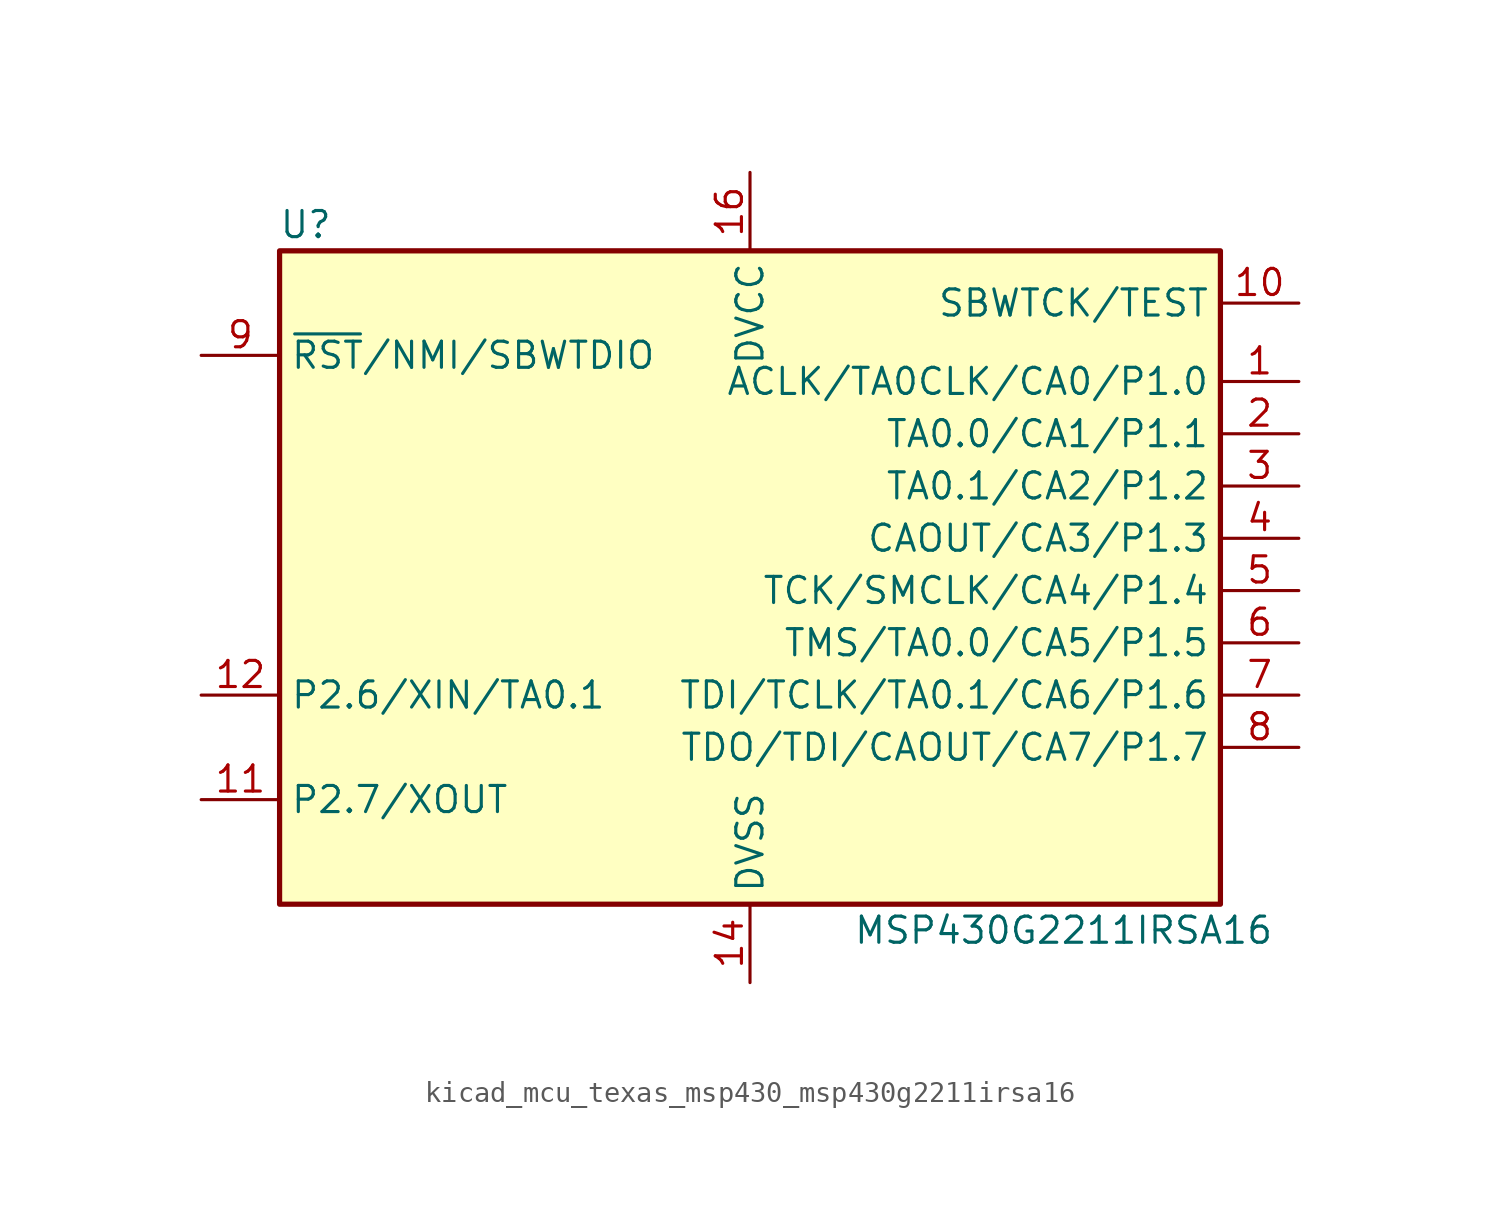
<source format=kicad_sym>
(kicad_symbol_lib
  (version 20220914)
  (generator kicad_symbol_editor)
  (symbol "kicad_mcu_texas_msp430_msp430g2211irsa16"
    (property "Reference" "U"
      (at -21.59 17.78 0)
      (effects (font (size 1.27 1.27))))
    (property "Value" "MSP430G2211IRSA16"
      (at 15.24 -16.51 0)
      (effects (font (size 1.27 1.27))))
    (symbol "kicad_mcu_texas_msp430_msp430g2211irsa16_0_1"
      (rectangle (start -22.86 16.51) (end 22.86 -15.24) (stroke (width 0.254) (type default)) (fill (type background))))
    (symbol "kicad_mcu_texas_msp430_msp430g2211irsa16_1_1"
      (pin bidirectional line (at 26.67 10.16 180) (length 3.81) (name "ACLK/TA0CLK/CA0/P1.0" (effects (font (size 1.27 1.27)))) (number "1" (effects (font (size 1.27 1.27)))))
      (pin input line (at 26.67 13.97 180) (length 3.81) (name "SBWTCK/TEST" (effects (font (size 1.27 1.27)))) (number "10" (effects (font (size 1.27 1.27)))))
      (pin bidirectional line (at -26.67 -10.16 0) (length 3.81) (name "P2.7/XOUT" (effects (font (size 1.27 1.27)))) (number "11" (effects (font (size 1.27 1.27)))))
      (pin bidirectional line (at -26.67 -5.08 0) (length 3.81) (name "P2.6/XIN/TA0.1" (effects (font (size 1.27 1.27)))) (number "12" (effects (font (size 1.27 1.27)))))
      (pin power_in line (at 0 -19.05 90) (length 3.81) (name "DVSS" (effects (font (size 1.27 1.27)))) (number "14" (effects (font (size 1.27 1.27)))))
      (pin power_in line (at 0 20.32 270) (length 3.81) (name "DVCC" (effects (font (size 1.27 1.27)))) (number "16" (effects (font (size 1.27 1.27)))))
      (pin bidirectional line (at 26.67 7.62 180) (length 3.81) (name "TA0.0/CA1/P1.1" (effects (font (size 1.27 1.27)))) (number "2" (effects (font (size 1.27 1.27)))))
      (pin bidirectional line (at 26.67 5.08 180) (length 3.81) (name "TA0.1/CA2/P1.2" (effects (font (size 1.27 1.27)))) (number "3" (effects (font (size 1.27 1.27)))))
      (pin bidirectional line (at 26.67 2.54 180) (length 3.81) (name "CAOUT/CA3/P1.3" (effects (font (size 1.27 1.27)))) (number "4" (effects (font (size 1.27 1.27)))))
      (pin bidirectional line (at 26.67 0 180) (length 3.81) (name "TCK/SMCLK/CA4/P1.4" (effects (font (size 1.27 1.27)))) (number "5" (effects (font (size 1.27 1.27)))))
      (pin bidirectional line (at 26.67 -2.54 180) (length 3.81) (name "TMS/TA0.0/CA5/P1.5" (effects (font (size 1.27 1.27)))) (number "6" (effects (font (size 1.27 1.27)))))
      (pin bidirectional line (at 26.67 -5.08 180) (length 3.81) (name "TDI/TCLK/TA0.1/CA6/P1.6" (effects (font (size 1.27 1.27)))) (number "7" (effects (font (size 1.27 1.27)))))
      (pin bidirectional line (at 26.67 -7.62 180) (length 3.81) (name "TDO/TDI/CAOUT/CA7/P1.7" (effects (font (size 1.27 1.27)))) (number "8" (effects (font (size 1.27 1.27)))))
      (pin input line (at -26.67 11.43 0) (length 3.81) (name "~{RST}/NMI/SBWTDIO" (effects (font (size 1.27 1.27)))) (number "9" (effects (font (size 1.27 1.27))))))))
</source>
